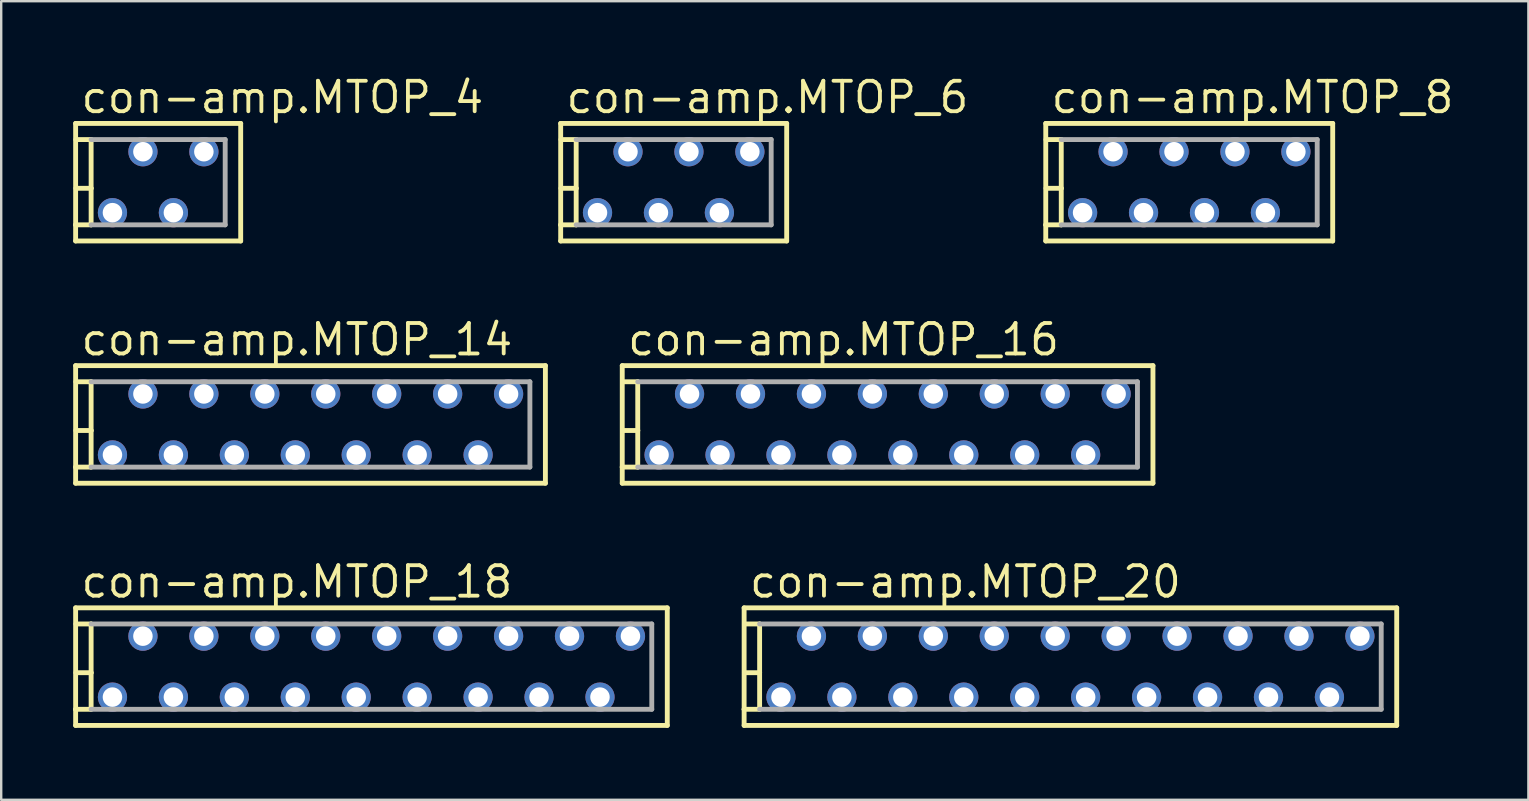
<source format=kicad_pcb>
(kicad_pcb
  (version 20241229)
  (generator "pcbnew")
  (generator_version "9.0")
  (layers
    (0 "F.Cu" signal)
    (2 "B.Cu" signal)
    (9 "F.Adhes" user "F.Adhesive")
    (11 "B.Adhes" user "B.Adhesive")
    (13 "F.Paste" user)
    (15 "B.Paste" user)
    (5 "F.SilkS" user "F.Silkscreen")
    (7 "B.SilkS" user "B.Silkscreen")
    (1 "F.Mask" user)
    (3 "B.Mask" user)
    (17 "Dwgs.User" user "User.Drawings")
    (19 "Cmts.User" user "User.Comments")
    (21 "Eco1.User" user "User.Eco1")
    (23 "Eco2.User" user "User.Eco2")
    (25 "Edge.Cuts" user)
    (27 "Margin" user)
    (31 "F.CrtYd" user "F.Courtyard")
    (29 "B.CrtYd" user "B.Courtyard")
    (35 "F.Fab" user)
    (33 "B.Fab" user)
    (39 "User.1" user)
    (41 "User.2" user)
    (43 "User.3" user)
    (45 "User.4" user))
  (footprint "con-amp.MTOP_8"
    (layer "F.Cu")
    (at 46.517 4.544)
    (property "Reference" "con-amp.MTOP_8" (at -5.842 -2.794 0) (layer "F.SilkS") (effects (font (size 1.27 1.27) (thickness 0.16)) (justify left bottom)))
    (attr through_hole)
    (fp_line (start -5.98 -2.45) (end -5.98 1.778) (stroke (width 0.203) (type default)) (layer "F.SilkS"))
    (fp_line (start -5.98 1.778) (end -5.98 2.45) (stroke (width 0.203) (type default)) (layer "F.SilkS"))
    (fp_line (start -5.98 2.45) (end 5.98 2.45) (stroke (width 0.203) (type default)) (layer "F.SilkS"))
    (fp_line (start -5.969 -1.778) (end -5.334 -1.778) (stroke (width 0.203) (type default)) (layer "F.SilkS"))
    (fp_line (start -5.969 0.254) (end -5.334 0.254) (stroke (width 0.203) (type default)) (layer "F.SilkS"))
    (fp_line (start -5.334 -1.778) (end -5.334 0.254) (stroke (width 0.203) (type default)) (layer "F.SilkS"))
    (fp_line (start -5.334 0.254) (end -5.334 1.778) (stroke (width 0.203) (type default)) (layer "F.SilkS"))
    (fp_line (start -5.334 1.778) (end -5.98 1.778) (stroke (width 0.203) (type default)) (layer "F.SilkS"))
    (fp_line (start 5.98 -2.45) (end -5.98 -2.45) (stroke (width 0.203) (type default)) (layer "F.SilkS"))
    (fp_line (start 5.98 2.45) (end 5.98 -2.45) (stroke (width 0.203) (type default)) (layer "F.SilkS"))
    (fp_line (start -5.334 -1.778) (end 5.334 -1.778) (stroke (width 0.203) (type default)) (layer "F.Fab"))
    (fp_line (start 5.334 -1.778) (end 5.334 1.778) (stroke (width 0.203) (type default)) (layer "F.Fab"))
    (fp_line (start 5.334 1.778) (end -5.334 1.778) (stroke (width 0.203) (type default)) (layer "F.Fab"))
    (pad "1" thru_hole circle (at 4.445 -1.27) (size 1.219 1.219) (drill 0.813) (layers "*.Cu" "*.Mask"))
    (pad "2" thru_hole circle (at 3.175 1.27) (size 1.219 1.219) (drill 0.813) (layers "*.Cu" "*.Mask"))
    (pad "3" thru_hole circle (at 1.905 -1.27) (size 1.219 1.219) (drill 0.813) (layers "*.Cu" "*.Mask"))
    (pad "4" thru_hole circle (at 0.635 1.27) (size 1.219 1.219) (drill 0.813) (layers "*.Cu" "*.Mask"))
    (pad "5" thru_hole circle (at -0.635 -1.27) (size 1.219 1.219) (drill 0.813) (layers "*.Cu" "*.Mask"))
    (pad "6" thru_hole circle (at -1.905 1.27) (size 1.219 1.219) (drill 0.813) (layers "*.Cu" "*.Mask"))
    (pad "7" thru_hole circle (at -3.175 -1.27) (size 1.219 1.219) (drill 0.813) (layers "*.Cu" "*.Mask"))
    (pad "8" thru_hole circle (at -4.445 1.27) (size 1.219 1.219) (drill 0.813) (layers "*.Cu" "*.Mask")))
  (footprint "con-amp.MTOP_16"
    (layer "F.Cu")
    (at 33.945 14.64)
    (property "Reference" "con-amp.MTOP_16" (at -10.922 -2.794 0) (layer "F.SilkS") (effects (font (size 1.27 1.27) (thickness 0.16)) (justify left bottom)))
    (attr through_hole)
    (fp_line (start -11.06 -2.45) (end -11.06 1.778) (stroke (width 0.203) (type default)) (layer "F.SilkS"))
    (fp_line (start -11.06 1.778) (end -11.06 2.45) (stroke (width 0.203) (type default)) (layer "F.SilkS"))
    (fp_line (start -11.06 2.45) (end 11.06 2.45) (stroke (width 0.203) (type default)) (layer "F.SilkS"))
    (fp_line (start -11.049 -1.778) (end -10.414 -1.778) (stroke (width 0.203) (type default)) (layer "F.SilkS"))
    (fp_line (start -11.049 0.254) (end -10.414 0.254) (stroke (width 0.203) (type default)) (layer "F.SilkS"))
    (fp_line (start -10.414 -1.778) (end -10.414 0.254) (stroke (width 0.203) (type default)) (layer "F.SilkS"))
    (fp_line (start -10.414 0.254) (end -10.414 1.778) (stroke (width 0.203) (type default)) (layer "F.SilkS"))
    (fp_line (start -10.414 1.778) (end -11.06 1.778) (stroke (width 0.203) (type default)) (layer "F.SilkS"))
    (fp_line (start 11.06 -2.45) (end -11.06 -2.45) (stroke (width 0.203) (type default)) (layer "F.SilkS"))
    (fp_line (start 11.06 2.45) (end 11.06 -2.45) (stroke (width 0.203) (type default)) (layer "F.SilkS"))
    (fp_line (start -10.414 -1.778) (end 10.414 -1.778) (stroke (width 0.203) (type default)) (layer "F.Fab"))
    (fp_line (start 10.414 -1.778) (end 10.414 1.778) (stroke (width 0.203) (type default)) (layer "F.Fab"))
    (fp_line (start 10.414 1.778) (end -10.414 1.778) (stroke (width 0.203) (type default)) (layer "F.Fab"))
    (pad "1" thru_hole circle (at 9.525 -1.27) (size 1.219 1.219) (drill 0.813) (layers "*.Cu" "*.Mask"))
    (pad "2" thru_hole circle (at 8.255 1.27) (size 1.219 1.219) (drill 0.813) (layers "*.Cu" "*.Mask"))
    (pad "3" thru_hole circle (at 6.985 -1.27) (size 1.219 1.219) (drill 0.813) (layers "*.Cu" "*.Mask"))
    (pad "4" thru_hole circle (at 5.715 1.27) (size 1.219 1.219) (drill 0.813) (layers "*.Cu" "*.Mask"))
    (pad "5" thru_hole circle (at 4.445 -1.27) (size 1.219 1.219) (drill 0.813) (layers "*.Cu" "*.Mask"))
    (pad "6" thru_hole circle (at 3.175 1.27) (size 1.219 1.219) (drill 0.813) (layers "*.Cu" "*.Mask"))
    (pad "7" thru_hole circle (at 1.905 -1.27) (size 1.219 1.219) (drill 0.813) (layers "*.Cu" "*.Mask"))
    (pad "8" thru_hole circle (at 0.635 1.27) (size 1.219 1.219) (drill 0.813) (layers "*.Cu" "*.Mask"))
    (pad "9" thru_hole circle (at -0.635 -1.27) (size 1.219 1.219) (drill 0.813) (layers "*.Cu" "*.Mask"))
    (pad "10" thru_hole circle (at -1.905 1.27) (size 1.219 1.219) (drill 0.813) (layers "*.Cu" "*.Mask"))
    (pad "11" thru_hole circle (at -3.175 -1.27) (size 1.219 1.219) (drill 0.813) (layers "*.Cu" "*.Mask"))
    (pad "12" thru_hole circle (at -4.445 1.27) (size 1.219 1.219) (drill 0.813) (layers "*.Cu" "*.Mask"))
    (pad "13" thru_hole circle (at -5.715 -1.27) (size 1.219 1.219) (drill 0.813) (layers "*.Cu" "*.Mask"))
    (pad "14" thru_hole circle (at -6.985 1.27) (size 1.219 1.219) (drill 0.813) (layers "*.Cu" "*.Mask"))
    (pad "15" thru_hole circle (at -8.255 -1.27) (size 1.219 1.219) (drill 0.813) (layers "*.Cu" "*.Mask"))
    (pad "16" thru_hole circle (at -9.525 1.27) (size 1.219 1.219) (drill 0.813) (layers "*.Cu" "*.Mask")))
  (footprint "con-amp.MTOP_6"
    (layer "F.Cu")
    (at 25.029 4.544)
    (property "Reference" "con-amp.MTOP_6" (at -4.572 -2.794 0) (layer "F.SilkS") (effects (font (size 1.27 1.27) (thickness 0.16)) (justify left bottom)))
    (attr through_hole)
    (fp_line (start -4.71 -2.45) (end -4.71 1.778) (stroke (width 0.203) (type default)) (layer "F.SilkS"))
    (fp_line (start -4.71 1.778) (end -4.71 2.45) (stroke (width 0.203) (type default)) (layer "F.SilkS"))
    (fp_line (start -4.71 2.45) (end 4.71 2.45) (stroke (width 0.203) (type default)) (layer "F.SilkS"))
    (fp_line (start -4.699 -1.778) (end -4.064 -1.778) (stroke (width 0.203) (type default)) (layer "F.SilkS"))
    (fp_line (start -4.699 0.254) (end -4.064 0.254) (stroke (width 0.203) (type default)) (layer "F.SilkS"))
    (fp_line (start -4.064 -1.778) (end -4.064 0.254) (stroke (width 0.203) (type default)) (layer "F.SilkS"))
    (fp_line (start -4.064 0.254) (end -4.064 1.778) (stroke (width 0.203) (type default)) (layer "F.SilkS"))
    (fp_line (start -4.064 1.778) (end -4.71 1.778) (stroke (width 0.203) (type default)) (layer "F.SilkS"))
    (fp_line (start 4.71 -2.45) (end -4.71 -2.45) (stroke (width 0.203) (type default)) (layer "F.SilkS"))
    (fp_line (start 4.71 2.45) (end 4.71 -2.45) (stroke (width 0.203) (type default)) (layer "F.SilkS"))
    (fp_line (start -4.064 -1.778) (end 4.064 -1.778) (stroke (width 0.203) (type default)) (layer "F.Fab"))
    (fp_line (start 4.064 -1.778) (end 4.064 1.778) (stroke (width 0.203) (type default)) (layer "F.Fab"))
    (fp_line (start 4.064 1.778) (end -4.064 1.778) (stroke (width 0.203) (type default)) (layer "F.Fab"))
    (pad "1" thru_hole circle (at 3.175 -1.27) (size 1.219 1.219) (drill 0.813) (layers "*.Cu" "*.Mask"))
    (pad "2" thru_hole circle (at 1.905 1.27) (size 1.219 1.219) (drill 0.813) (layers "*.Cu" "*.Mask"))
    (pad "3" thru_hole circle (at 0.635 -1.27) (size 1.219 1.219) (drill 0.813) (layers "*.Cu" "*.Mask"))
    (pad "4" thru_hole circle (at -0.635 1.27) (size 1.219 1.219) (drill 0.813) (layers "*.Cu" "*.Mask"))
    (pad "5" thru_hole circle (at -1.905 -1.27) (size 1.219 1.219) (drill 0.813) (layers "*.Cu" "*.Mask"))
    (pad "6" thru_hole circle (at -3.175 1.27) (size 1.219 1.219) (drill 0.813) (layers "*.Cu" "*.Mask")))
  (footprint "con-amp.MTOP_18"
    (layer "F.Cu")
    (at 12.432 24.735)
    (property "Reference" "con-amp.MTOP_18" (at -12.192 -2.794 0) (layer "F.SilkS") (effects (font (size 1.27 1.27) (thickness 0.16)) (justify left bottom)))
    (attr through_hole)
    (fp_line (start -12.33 -2.45) (end -12.33 1.778) (stroke (width 0.203) (type default)) (layer "F.SilkS"))
    (fp_line (start -12.33 1.778) (end -12.33 2.45) (stroke (width 0.203) (type default)) (layer "F.SilkS"))
    (fp_line (start -12.33 2.45) (end 12.33 2.45) (stroke (width 0.203) (type default)) (layer "F.SilkS"))
    (fp_line (start -12.319 -1.778) (end -11.684 -1.778) (stroke (width 0.203) (type default)) (layer "F.SilkS"))
    (fp_line (start -12.319 0.254) (end -11.684 0.254) (stroke (width 0.203) (type default)) (layer "F.SilkS"))
    (fp_line (start -11.684 -1.778) (end -11.684 0.254) (stroke (width 0.203) (type default)) (layer "F.SilkS"))
    (fp_line (start -11.684 0.254) (end -11.684 1.778) (stroke (width 0.203) (type default)) (layer "F.SilkS"))
    (fp_line (start -11.684 1.778) (end -12.33 1.778) (stroke (width 0.203) (type default)) (layer "F.SilkS"))
    (fp_line (start 12.33 -2.45) (end -12.33 -2.45) (stroke (width 0.203) (type default)) (layer "F.SilkS"))
    (fp_line (start 12.33 2.45) (end 12.33 -2.45) (stroke (width 0.203) (type default)) (layer "F.SilkS"))
    (fp_line (start -11.684 -1.778) (end 11.684 -1.778) (stroke (width 0.203) (type default)) (layer "F.Fab"))
    (fp_line (start 11.684 -1.778) (end 11.684 1.778) (stroke (width 0.203) (type default)) (layer "F.Fab"))
    (fp_line (start 11.684 1.778) (end -11.684 1.778) (stroke (width 0.203) (type default)) (layer "F.Fab"))
    (pad "1" thru_hole circle (at 10.795 -1.27) (size 1.219 1.219) (drill 0.813) (layers "*.Cu" "*.Mask"))
    (pad "2" thru_hole circle (at 9.525 1.27) (size 1.219 1.219) (drill 0.813) (layers "*.Cu" "*.Mask"))
    (pad "3" thru_hole circle (at 8.255 -1.27) (size 1.219 1.219) (drill 0.813) (layers "*.Cu" "*.Mask"))
    (pad "4" thru_hole circle (at 6.985 1.27) (size 1.219 1.219) (drill 0.813) (layers "*.Cu" "*.Mask"))
    (pad "5" thru_hole circle (at 5.715 -1.27) (size 1.219 1.219) (drill 0.813) (layers "*.Cu" "*.Mask"))
    (pad "6" thru_hole circle (at 4.445 1.27) (size 1.219 1.219) (drill 0.813) (layers "*.Cu" "*.Mask"))
    (pad "7" thru_hole circle (at 3.175 -1.27) (size 1.219 1.219) (drill 0.813) (layers "*.Cu" "*.Mask"))
    (pad "8" thru_hole circle (at 1.905 1.27) (size 1.219 1.219) (drill 0.813) (layers "*.Cu" "*.Mask"))
    (pad "9" thru_hole circle (at 0.635 -1.27) (size 1.219 1.219) (drill 0.813) (layers "*.Cu" "*.Mask"))
    (pad "10" thru_hole circle (at -0.635 1.27) (size 1.219 1.219) (drill 0.813) (layers "*.Cu" "*.Mask"))
    (pad "11" thru_hole circle (at -1.905 -1.27) (size 1.219 1.219) (drill 0.813) (layers "*.Cu" "*.Mask"))
    (pad "12" thru_hole circle (at -3.175 1.27) (size 1.219 1.219) (drill 0.813) (layers "*.Cu" "*.Mask"))
    (pad "13" thru_hole circle (at -4.445 -1.27) (size 1.219 1.219) (drill 0.813) (layers "*.Cu" "*.Mask"))
    (pad "14" thru_hole circle (at -5.715 1.27) (size 1.219 1.219) (drill 0.813) (layers "*.Cu" "*.Mask"))
    (pad "15" thru_hole circle (at -6.985 -1.27) (size 1.219 1.219) (drill 0.813) (layers "*.Cu" "*.Mask"))
    (pad "16" thru_hole circle (at -8.255 1.27) (size 1.219 1.219) (drill 0.813) (layers "*.Cu" "*.Mask"))
    (pad "17" thru_hole circle (at -9.525 -1.27) (size 1.219 1.219) (drill 0.813) (layers "*.Cu" "*.Mask"))
    (pad "18" thru_hole circle (at -10.795 1.27) (size 1.219 1.219) (drill 0.813) (layers "*.Cu" "*.Mask")))
  (footprint "con-amp.MTOP_20"
    (layer "F.Cu")
    (at 41.565 24.735)
    (property "Reference" "con-amp.MTOP_20" (at -13.462 -2.794 0) (layer "F.SilkS") (effects (font (size 1.27 1.27) (thickness 0.16)) (justify left bottom)))
    (attr through_hole)
    (fp_line (start -13.6 -2.45) (end -13.6 1.778) (stroke (width 0.203) (type default)) (layer "F.SilkS"))
    (fp_line (start -13.6 1.778) (end -13.6 2.45) (stroke (width 0.203) (type default)) (layer "F.SilkS"))
    (fp_line (start -13.6 2.45) (end 13.6 2.45) (stroke (width 0.203) (type default)) (layer "F.SilkS"))
    (fp_line (start -13.589 -1.778) (end -12.954 -1.778) (stroke (width 0.203) (type default)) (layer "F.SilkS"))
    (fp_line (start -13.589 0.254) (end -12.954 0.254) (stroke (width 0.203) (type default)) (layer "F.SilkS"))
    (fp_line (start -12.954 -1.778) (end -12.954 0.254) (stroke (width 0.203) (type default)) (layer "F.SilkS"))
    (fp_line (start -12.954 0.254) (end -12.954 1.778) (stroke (width 0.203) (type default)) (layer "F.SilkS"))
    (fp_line (start -12.954 1.778) (end -13.6 1.778) (stroke (width 0.203) (type default)) (layer "F.SilkS"))
    (fp_line (start 13.6 -2.45) (end -13.6 -2.45) (stroke (width 0.203) (type default)) (layer "F.SilkS"))
    (fp_line (start 13.6 2.45) (end 13.6 -2.45) (stroke (width 0.203) (type default)) (layer "F.SilkS"))
    (fp_line (start -12.954 -1.778) (end 12.954 -1.778) (stroke (width 0.203) (type default)) (layer "F.Fab"))
    (fp_line (start 12.954 -1.778) (end 12.954 1.778) (stroke (width 0.203) (type default)) (layer "F.Fab"))
    (fp_line (start 12.954 1.778) (end -12.954 1.778) (stroke (width 0.203) (type default)) (layer "F.Fab"))
    (pad "1" thru_hole circle (at 12.065 -1.27) (size 1.219 1.219) (drill 0.813) (layers "*.Cu" "*.Mask"))
    (pad "2" thru_hole circle (at 10.795 1.27) (size 1.219 1.219) (drill 0.813) (layers "*.Cu" "*.Mask"))
    (pad "3" thru_hole circle (at 9.525 -1.27) (size 1.219 1.219) (drill 0.813) (layers "*.Cu" "*.Mask"))
    (pad "4" thru_hole circle (at 8.255 1.27) (size 1.219 1.219) (drill 0.813) (layers "*.Cu" "*.Mask"))
    (pad "5" thru_hole circle (at 6.985 -1.27) (size 1.219 1.219) (drill 0.813) (layers "*.Cu" "*.Mask"))
    (pad "6" thru_hole circle (at 5.715 1.27) (size 1.219 1.219) (drill 0.813) (layers "*.Cu" "*.Mask"))
    (pad "7" thru_hole circle (at 4.445 -1.27) (size 1.219 1.219) (drill 0.813) (layers "*.Cu" "*.Mask"))
    (pad "8" thru_hole circle (at 3.175 1.27) (size 1.219 1.219) (drill 0.813) (layers "*.Cu" "*.Mask"))
    (pad "9" thru_hole circle (at 1.905 -1.27) (size 1.219 1.219) (drill 0.813) (layers "*.Cu" "*.Mask"))
    (pad "10" thru_hole circle (at 0.635 1.27) (size 1.219 1.219) (drill 0.813) (layers "*.Cu" "*.Mask"))
    (pad "11" thru_hole circle (at -0.635 -1.27) (size 1.219 1.219) (drill 0.813) (layers "*.Cu" "*.Mask"))
    (pad "12" thru_hole circle (at -1.905 1.27) (size 1.219 1.219) (drill 0.813) (layers "*.Cu" "*.Mask"))
    (pad "13" thru_hole circle (at -3.175 -1.27) (size 1.219 1.219) (drill 0.813) (layers "*.Cu" "*.Mask"))
    (pad "14" thru_hole circle (at -4.445 1.27) (size 1.219 1.219) (drill 0.813) (layers "*.Cu" "*.Mask"))
    (pad "15" thru_hole circle (at -5.715 -1.27) (size 1.219 1.219) (drill 0.813) (layers "*.Cu" "*.Mask"))
    (pad "16" thru_hole circle (at -6.985 1.27) (size 1.219 1.219) (drill 0.813) (layers "*.Cu" "*.Mask"))
    (pad "17" thru_hole circle (at -8.255 -1.27) (size 1.219 1.219) (drill 0.813) (layers "*.Cu" "*.Mask"))
    (pad "18" thru_hole circle (at -9.525 1.27) (size 1.219 1.219) (drill 0.813) (layers "*.Cu" "*.Mask"))
    (pad "19" thru_hole circle (at -10.795 -1.27) (size 1.219 1.219) (drill 0.813) (layers "*.Cu" "*.Mask"))
    (pad "20" thru_hole circle (at -12.065 1.27) (size 1.219 1.219) (drill 0.813) (layers "*.Cu" "*.Mask")))
  (footprint "con-amp.MTOP_4"
    (layer "F.Cu")
    (at 3.542 4.544)
    (property "Reference" "con-amp.MTOP_4" (at -3.302 -2.794 0) (layer "F.SilkS") (effects (font (size 1.27 1.27) (thickness 0.16)) (justify left bottom)))
    (attr through_hole)
    (fp_line (start -3.44 -2.45) (end -3.44 1.778) (stroke (width 0.203) (type default)) (layer "F.SilkS"))
    (fp_line (start -3.44 1.778) (end -3.44 2.45) (stroke (width 0.203) (type default)) (layer "F.SilkS"))
    (fp_line (start -3.44 2.45) (end 3.44 2.45) (stroke (width 0.203) (type default)) (layer "F.SilkS"))
    (fp_line (start -3.429 -1.778) (end -2.794 -1.778) (stroke (width 0.203) (type default)) (layer "F.SilkS"))
    (fp_line (start -3.429 0.254) (end -2.794 0.254) (stroke (width 0.203) (type default)) (layer "F.SilkS"))
    (fp_line (start -2.794 -1.778) (end -2.794 0.254) (stroke (width 0.203) (type default)) (layer "F.SilkS"))
    (fp_line (start -2.794 0.254) (end -2.794 1.778) (stroke (width 0.203) (type default)) (layer "F.SilkS"))
    (fp_line (start -2.794 1.778) (end -3.44 1.778) (stroke (width 0.203) (type default)) (layer "F.SilkS"))
    (fp_line (start 3.44 -2.45) (end -3.44 -2.45) (stroke (width 0.203) (type default)) (layer "F.SilkS"))
    (fp_line (start 3.44 2.45) (end 3.44 -2.45) (stroke (width 0.203) (type default)) (layer "F.SilkS"))
    (fp_line (start -2.794 -1.778) (end 2.794 -1.778) (stroke (width 0.203) (type default)) (layer "F.Fab"))
    (fp_line (start 2.794 -1.778) (end 2.794 1.778) (stroke (width 0.203) (type default)) (layer "F.Fab"))
    (fp_line (start 2.794 1.778) (end -2.794 1.778) (stroke (width 0.203) (type default)) (layer "F.Fab"))
    (pad "1" thru_hole circle (at 1.905 -1.27) (size 1.219 1.219) (drill 0.813) (layers "*.Cu" "*.Mask"))
    (pad "2" thru_hole circle (at 0.635 1.27) (size 1.219 1.219) (drill 0.813) (layers "*.Cu" "*.Mask"))
    (pad "3" thru_hole circle (at -0.635 -1.27) (size 1.219 1.219) (drill 0.813) (layers "*.Cu" "*.Mask"))
    (pad "4" thru_hole circle (at -1.905 1.27) (size 1.219 1.219) (drill 0.813) (layers "*.Cu" "*.Mask")))
  (footprint "con-amp.MTOP_14"
    (layer "F.Cu")
    (at 9.892 14.64)
    (property "Reference" "con-amp.MTOP_14" (at -9.652 -2.794 0) (layer "F.SilkS") (effects (font (size 1.27 1.27) (thickness 0.16)) (justify left bottom)))
    (attr through_hole)
    (fp_line (start -9.79 -2.45) (end -9.79 1.778) (stroke (width 0.203) (type default)) (layer "F.SilkS"))
    (fp_line (start -9.79 1.778) (end -9.79 2.45) (stroke (width 0.203) (type default)) (layer "F.SilkS"))
    (fp_line (start -9.79 2.45) (end 9.79 2.45) (stroke (width 0.203) (type default)) (layer "F.SilkS"))
    (fp_line (start -9.779 -1.778) (end -9.144 -1.778) (stroke (width 0.203) (type default)) (layer "F.SilkS"))
    (fp_line (start -9.779 0.254) (end -9.144 0.254) (stroke (width 0.203) (type default)) (layer "F.SilkS"))
    (fp_line (start -9.144 -1.778) (end -9.144 0.254) (stroke (width 0.203) (type default)) (layer "F.SilkS"))
    (fp_line (start -9.144 0.254) (end -9.144 1.778) (stroke (width 0.203) (type default)) (layer "F.SilkS"))
    (fp_line (start -9.144 1.778) (end -9.79 1.778) (stroke (width 0.203) (type default)) (layer "F.SilkS"))
    (fp_line (start 9.79 -2.45) (end -9.79 -2.45) (stroke (width 0.203) (type default)) (layer "F.SilkS"))
    (fp_line (start 9.79 2.45) (end 9.79 -2.45) (stroke (width 0.203) (type default)) (layer "F.SilkS"))
    (fp_line (start -9.144 -1.778) (end 9.144 -1.778) (stroke (width 0.203) (type default)) (layer "F.Fab"))
    (fp_line (start 9.144 -1.778) (end 9.144 1.778) (stroke (width 0.203) (type default)) (layer "F.Fab"))
    (fp_line (start 9.144 1.778) (end -9.144 1.778) (stroke (width 0.203) (type default)) (layer "F.Fab"))
    (pad "1" thru_hole circle (at 8.255 -1.27) (size 1.219 1.219) (drill 0.813) (layers "*.Cu" "*.Mask"))
    (pad "2" thru_hole circle (at 6.985 1.27) (size 1.219 1.219) (drill 0.813) (layers "*.Cu" "*.Mask"))
    (pad "3" thru_hole circle (at 5.715 -1.27) (size 1.219 1.219) (drill 0.813) (layers "*.Cu" "*.Mask"))
    (pad "4" thru_hole circle (at 4.445 1.27) (size 1.219 1.219) (drill 0.813) (layers "*.Cu" "*.Mask"))
    (pad "5" thru_hole circle (at 3.175 -1.27) (size 1.219 1.219) (drill 0.813) (layers "*.Cu" "*.Mask"))
    (pad "6" thru_hole circle (at 1.905 1.27) (size 1.219 1.219) (drill 0.813) (layers "*.Cu" "*.Mask"))
    (pad "7" thru_hole circle (at 0.635 -1.27) (size 1.219 1.219) (drill 0.813) (layers "*.Cu" "*.Mask"))
    (pad "8" thru_hole circle (at -0.635 1.27) (size 1.219 1.219) (drill 0.813) (layers "*.Cu" "*.Mask"))
    (pad "9" thru_hole circle (at -1.905 -1.27) (size 1.219 1.219) (drill 0.813) (layers "*.Cu" "*.Mask"))
    (pad "10" thru_hole circle (at -3.175 1.27) (size 1.219 1.219) (drill 0.813) (layers "*.Cu" "*.Mask"))
    (pad "11" thru_hole circle (at -4.445 -1.27) (size 1.219 1.219) (drill 0.813) (layers "*.Cu" "*.Mask"))
    (pad "12" thru_hole circle (at -5.715 1.27) (size 1.219 1.219) (drill 0.813) (layers "*.Cu" "*.Mask"))
    (pad "13" thru_hole circle (at -6.985 -1.27) (size 1.219 1.219) (drill 0.813) (layers "*.Cu" "*.Mask"))
    (pad "14" thru_hole circle (at -8.255 1.27) (size 1.219 1.219) (drill 0.813) (layers "*.Cu" "*.Mask")))
  (gr_rect
    (start -3 -3)
    (end 60.653 30.287)
    (stroke (width 0.1) (type default))
    (fill no)
    (layer "Edge.Cuts")))
</source>
